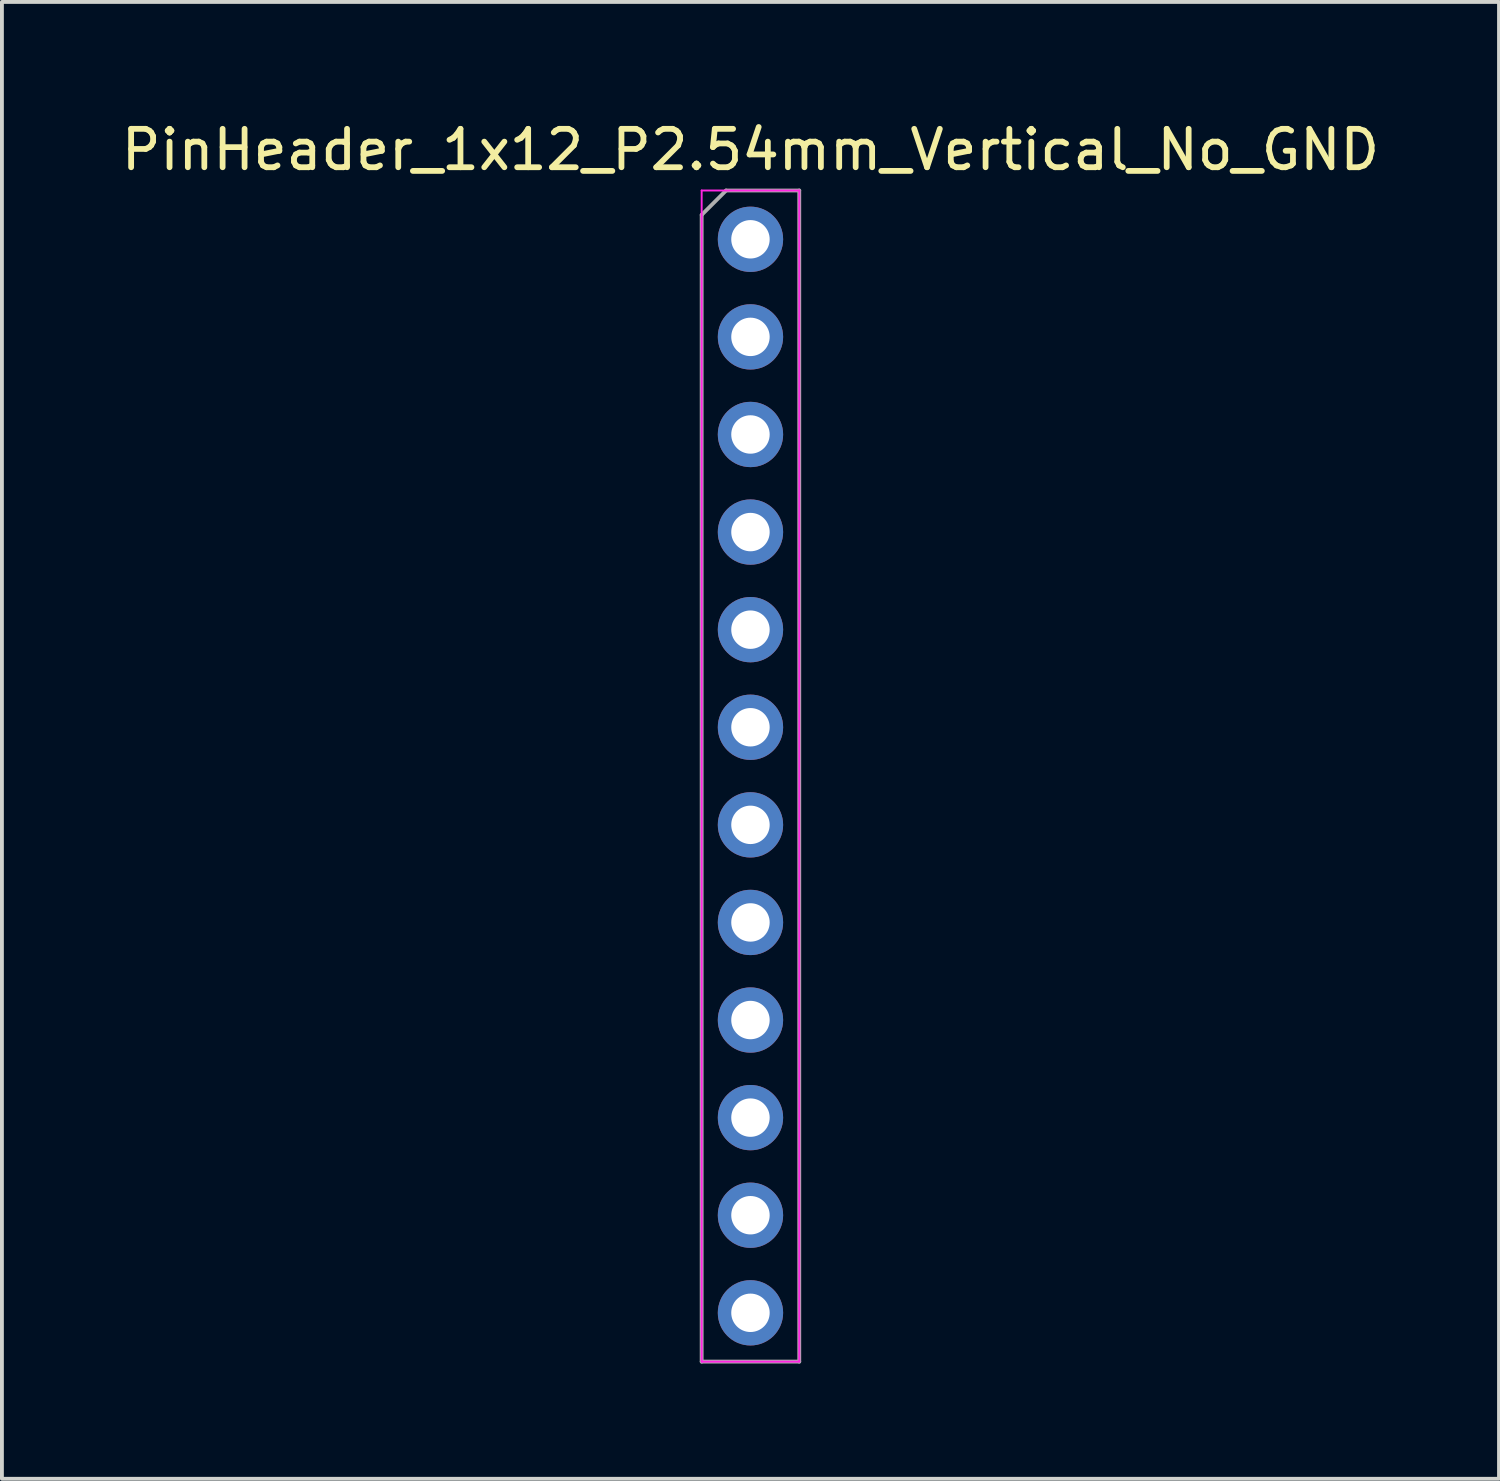
<source format=kicad_pcb>
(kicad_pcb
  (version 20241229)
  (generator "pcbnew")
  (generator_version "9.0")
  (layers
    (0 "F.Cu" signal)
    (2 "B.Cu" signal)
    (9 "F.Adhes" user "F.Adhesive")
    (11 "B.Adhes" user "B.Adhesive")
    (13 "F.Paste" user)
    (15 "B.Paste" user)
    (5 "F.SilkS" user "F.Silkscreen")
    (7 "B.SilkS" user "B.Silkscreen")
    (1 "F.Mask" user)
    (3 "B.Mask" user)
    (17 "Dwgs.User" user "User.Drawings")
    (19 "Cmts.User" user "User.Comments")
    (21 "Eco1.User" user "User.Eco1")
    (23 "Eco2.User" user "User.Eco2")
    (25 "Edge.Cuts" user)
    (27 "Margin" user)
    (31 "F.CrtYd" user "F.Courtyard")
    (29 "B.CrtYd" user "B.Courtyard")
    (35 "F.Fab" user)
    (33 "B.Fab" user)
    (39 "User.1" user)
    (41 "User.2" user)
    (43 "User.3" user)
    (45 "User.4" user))
  (footprint "PinHeader_1x12_P2.54mm_Vertical_No_GND"
    (layer "F.Cu")
    (at 16.482 3.178)
    (property "Reference" "PinHeader_1x12_P2.54mm_Vertical_No_GND" (at 0 -2.33 0) (layer "F.SilkS") (effects (font (size 1 1) (thickness 0.15))))
    (attr through_hole)
    (fp_line (start -1.27 -1.27) (end -1.27 29.21) (stroke (width 0.05) (type solid)) (layer "F.CrtYd"))
    (fp_line (start -1.27 29.21) (end 1.27 29.21) (stroke (width 0.05) (type solid)) (layer "F.CrtYd"))
    (fp_line (start 1.27 -1.27) (end -1.27 -1.27) (stroke (width 0.05) (type solid)) (layer "F.CrtYd"))
    (fp_line (start 1.27 29.21) (end 1.27 -1.27) (stroke (width 0.05) (type solid)) (layer "F.CrtYd"))
    (fp_line (start -1.27 -0.635) (end -0.635 -1.27) (stroke (width 0.1) (type solid)) (layer "F.Fab"))
    (fp_line (start -1.27 29.21) (end -1.27 -0.635) (stroke (width 0.1) (type solid)) (layer "F.Fab"))
    (fp_line (start -0.635 -1.27) (end 1.27 -1.27) (stroke (width 0.1) (type solid)) (layer "F.Fab"))
    (fp_line (start 1.27 -1.27) (end 1.27 29.21) (stroke (width 0.1) (type solid)) (layer "F.Fab"))
    (fp_line (start 1.27 29.21) (end -1.27 29.21) (stroke (width 0.1) (type solid)) (layer "F.Fab"))
    (pad "1" thru_hole oval (at 0 0) (size 1.7 1.7) (drill 1) (layers "*.Cu" "*.Mask"))
    (pad "2" thru_hole oval (at 0 2.54) (size 1.7 1.7) (drill 1) (layers "*.Cu" "*.Mask"))
    (pad "3" thru_hole oval (at 0 5.08) (size 1.7 1.7) (drill 1) (layers "*.Cu" "*.Mask"))
    (pad "4" thru_hole oval (at 0 7.62) (size 1.7 1.7) (drill 1) (layers "*.Cu" "*.Mask"))
    (pad "5" thru_hole oval (at 0 10.16) (size 1.7 1.7) (drill 1) (layers "*.Cu" "*.Mask"))
    (pad "6" thru_hole oval (at 0 12.7) (size 1.7 1.7) (drill 1) (layers "*.Cu" "*.Mask"))
    (pad "7" thru_hole oval (at 0 15.24) (size 1.7 1.7) (drill 1) (layers "*.Cu" "*.Mask"))
    (pad "8" thru_hole oval (at 0 17.78) (size 1.7 1.7) (drill 1) (layers "*.Cu" "*.Mask"))
    (pad "9" thru_hole oval (at 0 20.32) (size 1.7 1.7) (drill 1) (layers "*.Cu" "*.Mask"))
    (pad "10" thru_hole oval (at 0 22.86) (size 1.7 1.7) (drill 1) (layers "*.Cu" "*.Mask"))
    (pad "11" thru_hole oval (at 0 25.4) (size 1.7 1.7) (drill 1) (layers "*.Cu" "*.Mask"))
    (pad "12" thru_hole oval (at 0 27.94) (size 1.7 1.7) (drill 1) (layers "*.Cu" "*.Mask")))
  (gr_rect
    (start -3 -3)
    (end 35.964 35.438)
    (stroke (width 0.1) (type default))
    (fill no)
    (layer "Edge.Cuts")))
</source>
